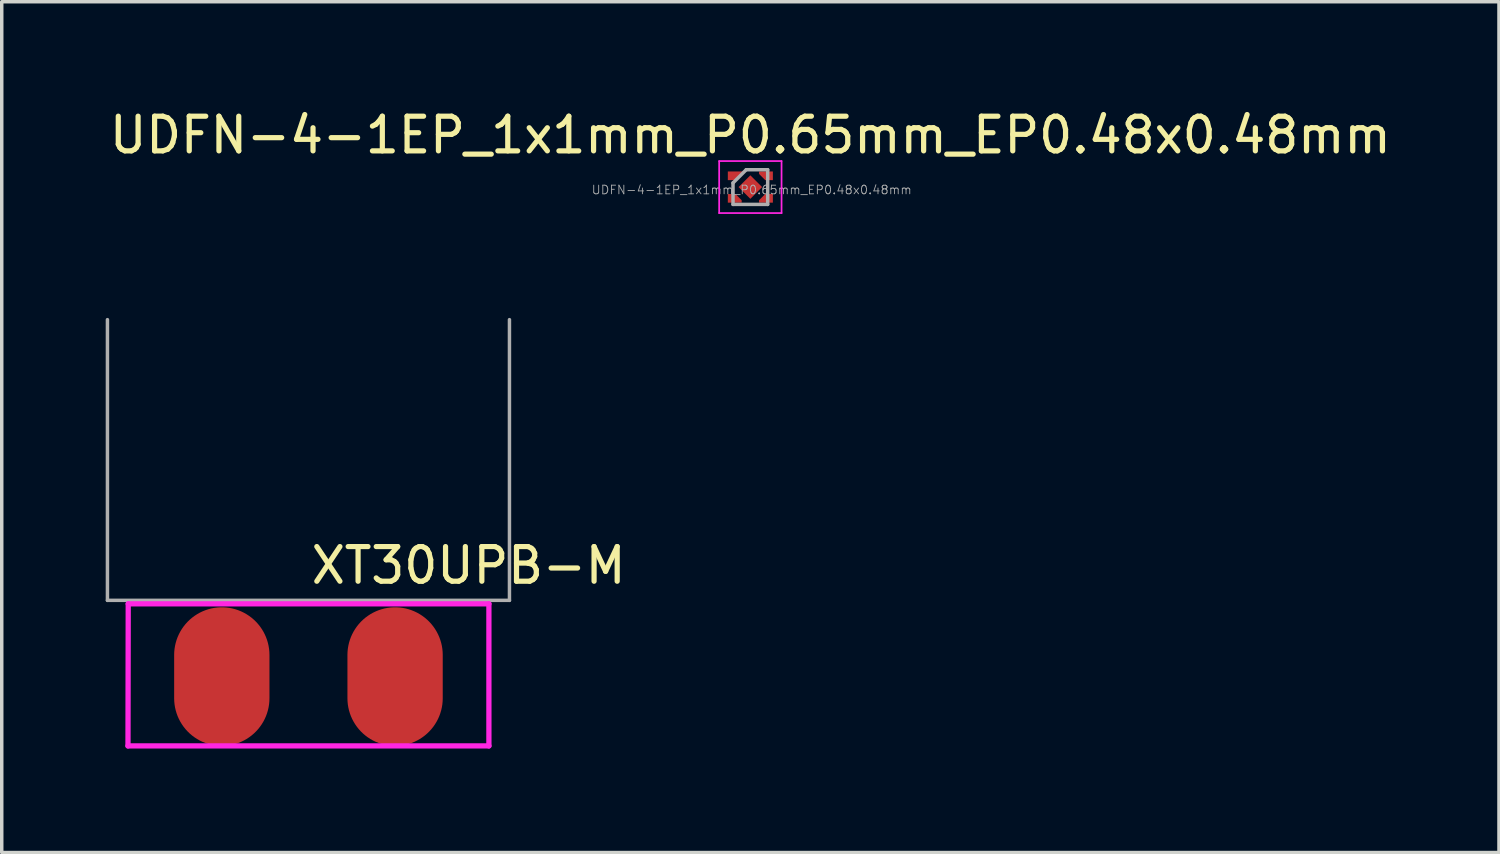
<source format=kicad_pcb>
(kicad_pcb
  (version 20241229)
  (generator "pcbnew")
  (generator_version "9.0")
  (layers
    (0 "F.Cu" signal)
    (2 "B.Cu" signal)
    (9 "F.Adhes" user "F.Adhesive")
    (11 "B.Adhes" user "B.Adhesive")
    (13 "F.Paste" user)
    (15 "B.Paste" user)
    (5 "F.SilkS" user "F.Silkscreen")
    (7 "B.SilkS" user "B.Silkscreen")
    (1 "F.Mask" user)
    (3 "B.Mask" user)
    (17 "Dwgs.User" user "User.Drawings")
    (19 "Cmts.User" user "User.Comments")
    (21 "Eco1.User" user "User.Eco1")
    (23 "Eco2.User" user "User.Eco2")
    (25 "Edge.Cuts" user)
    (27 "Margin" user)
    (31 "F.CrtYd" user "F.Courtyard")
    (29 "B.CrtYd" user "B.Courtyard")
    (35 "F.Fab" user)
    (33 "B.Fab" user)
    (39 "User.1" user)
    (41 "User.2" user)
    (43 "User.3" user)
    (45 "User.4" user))
  (footprint "XT30UPB-M"
    (layer "F.Cu")
    (at 5.85 16.473)
    (property "Reference" "XT30UPB-M" (at 0 -3.207 0) (layer "F.SilkS") (effects (font (size 1 1) (thickness 0.15)) (justify left)))
    (attr through_hole)
    (fp_line (start -5.207 2) (end -5.2 -2.1) (stroke (width 0.152) (type solid)) (layer "F.CrtYd"))
    (fp_line (start -5.2 -2.1) (end 5.207 -2.1) (stroke (width 0.152) (type solid)) (layer "F.CrtYd"))
    (fp_line (start 5.207 -2.1) (end 5.207 2) (stroke (width 0.152) (type solid)) (layer "F.CrtYd"))
    (fp_line (start 5.207 2) (end -5.207 2) (stroke (width 0.152) (type solid)) (layer "F.CrtYd"))
    (fp_line (start -5.8 -2.2) (end -5.8 -10.3) (stroke (width 0.1) (type default)) (layer "F.Fab"))
    (fp_line (start -5.8 -2.2) (end 5.8 -2.2) (stroke (width 0.1) (type default)) (layer "F.Fab"))
    (fp_line (start 5.8 -2.2) (end 5.8 -10.3) (stroke (width 0.1) (type default)) (layer "F.Fab"))
    (pad "1" smd oval (at -2.5 0) (size 2.75 4) (layers "F.Cu" "F.Mask" "F.Paste"))
    (pad "2" smd oval (at 2.5 0) (size 2.75 4) (layers "F.Cu" "F.Mask" "F.Paste")))
  (footprint "UDFN-4-1EP_1x1mm_P0.65mm_EP0.48x0.48mm"
    (layer "F.Cu")
    (at 18.601 2.348)
    (property "Reference" "UDFN-4-1EP_1x1mm_P0.65mm_EP0.48x0.48mm" (at 0 -1.5 0) (layer "F.SilkS") (effects (font (size 1 1) (thickness 0.15))))
    (attr smd)
    (fp_line (start -0.9 -0.75) (end 0.9 -0.75) (stroke (width 0.05) (type solid)) (layer "F.CrtYd"))
    (fp_line (start -0.9 0.75) (end -0.9 -0.75) (stroke (width 0.05) (type solid)) (layer "F.CrtYd"))
    (fp_line (start 0.9 -0.75) (end 0.9 0.75) (stroke (width 0.05) (type solid)) (layer "F.CrtYd"))
    (fp_line (start 0.9 0.75) (end -0.9 0.75) (stroke (width 0.05) (type solid)) (layer "F.CrtYd"))
    (fp_line (start -0.5 0.5) (end -0.5 -0.12) (stroke (width 0.1) (type solid)) (layer "F.Fab"))
    (fp_line (start -0.12 -0.5) (end -0.5 -0.12) (stroke (width 0.1) (type solid)) (layer "F.Fab"))
    (fp_line (start -0.12 -0.5) (end 0.5 -0.5) (stroke (width 0.1) (type solid)) (layer "F.Fab"))
    (fp_line (start 0.5 -0.5) (end 0.5 0.5) (stroke (width 0.1) (type solid)) (layer "F.Fab"))
    (fp_line (start 0.5 0.5) (end -0.5 0.5) (stroke (width 0.1) (type solid)) (layer "F.Fab"))
    (fp_text user "${REFERENCE}" (at 0.04 0.08 0) (layer "F.Fab") (effects (font (size 0.25 0.25) (thickness 0.025))))
    (pad "1" smd custom (at -0.54 -0.325) (size 0.22 0.25) (layers "F.Cu" "F.Mask" "F.Paste") (options (anchor rect)) (primitives (gr_poly (pts (xy 0.11 0.125) (xy 0.11 -0.125) (xy 0.36 -0.125)) (width 0) (fill yes))))
    (pad "2" smd custom (at -0.54 0.325) (size 0.22 0.25) (layers "F.Cu" "F.Mask" "F.Paste") (options (anchor rect)) (primitives (gr_poly (pts (xy 0.29 0.055) (xy 0.29 0.125) (xy 0.11 0.125) (xy 0.11 -0.125)) (width 0) (fill yes))))
    (pad "3" smd custom (at 0.54 0.325) (size 0.22 0.25) (layers "F.Cu" "F.Mask" "F.Paste") (options (anchor rect)) (primitives (gr_poly (pts (xy -0.11 0.125) (xy -0.29 0.125) (xy -0.29 0.055) (xy -0.11 -0.125)) (width 0) (fill yes))))
    (pad "4" smd custom (at 0.54 -0.325) (size 0.22 0.25) (layers "F.Cu" "F.Mask" "F.Paste") (options (anchor rect)) (primitives (gr_poly (pts (xy -0.11 0.125) (xy -0.29 -0.055) (xy -0.29 -0.125) (xy -0.11 -0.125)) (width 0) (fill yes))))
    (pad "5" smd rect (at 0 0 45) (size 0.48 0.48) (layers "F.Cu" "F.Mask" "F.Paste")))
  (gr_rect
    (start -3 -3)
    (end 40.202 21.549)
    (stroke (width 0.1) (type default))
    (fill no)
    (layer "Edge.Cuts")))
</source>
